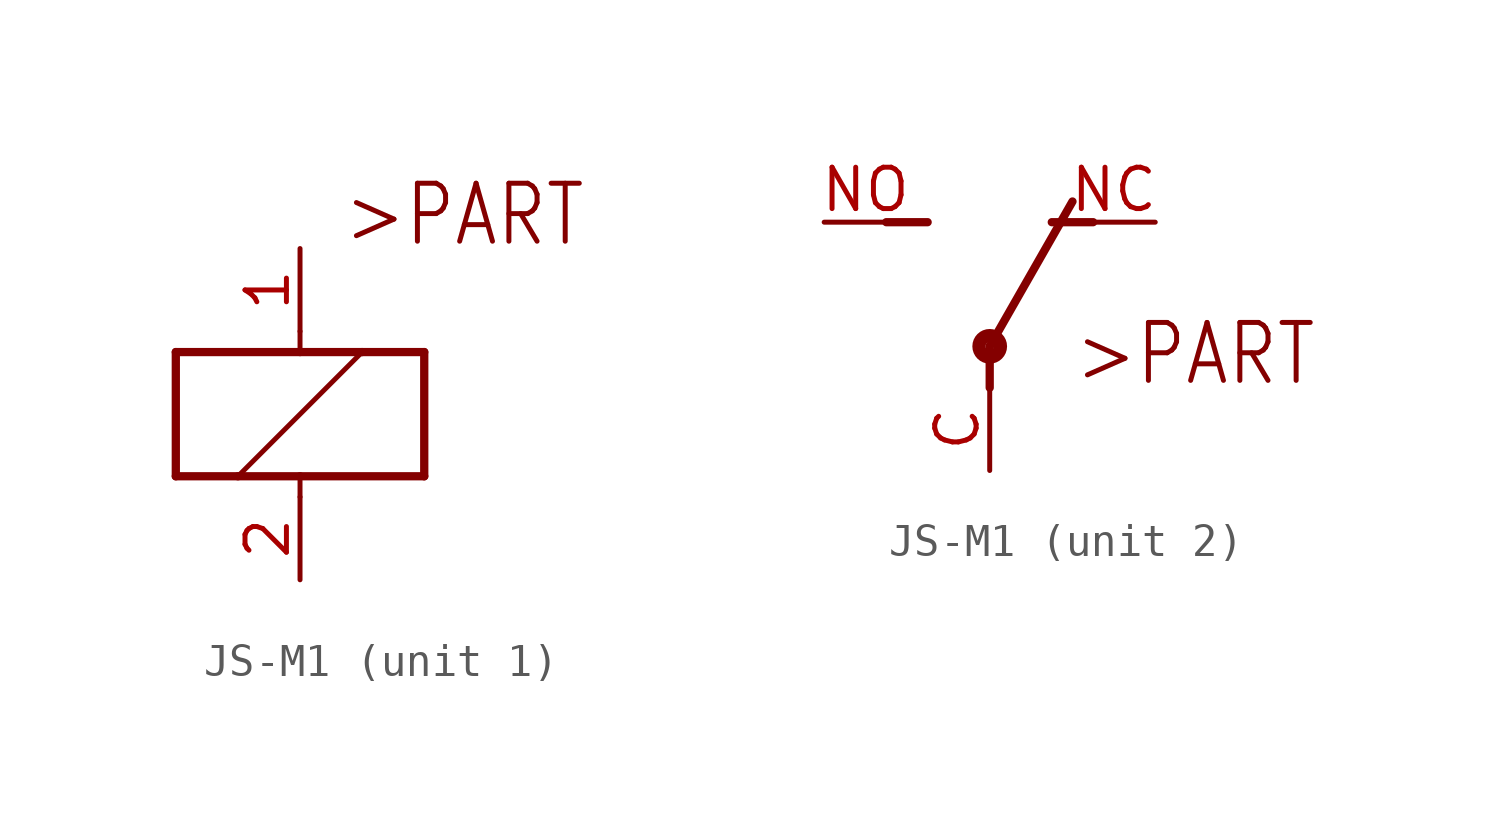
<source format=kicad_sym>
(kicad_symbol_lib
  (version 20220331)
  (generator kicad_symbol_editor)
  (symbol "JS-M1"
    (property "Reference" "K"
      (at 0 0 0)
      (effects (font (size 1.27 1.27)) hide))
    (property "ki_locked" ""
      (at 0 0 0)
      (effects (font (size 1.27 1.27))))
    (symbol "JS-M1_1_0"
      (polyline (pts (xy -3.81 -1.905) (xy -1.905 -1.905)) (stroke (width 0.254) (type solid)) (fill (type none)))
      (polyline (pts (xy -3.81 1.905) (xy -3.81 -1.905)) (stroke (width 0.254) (type solid)) (fill (type none)))
      (polyline (pts (xy -1.905 -1.905) (xy 0 -1.905)) (stroke (width 0.254) (type solid)) (fill (type none)))
      (polyline (pts (xy -1.905 -1.905) (xy 1.905 1.905)) (stroke (width 0.152) (type solid)) (fill (type none)))
      (polyline (pts (xy 0 -2.54) (xy 0 -1.905)) (stroke (width 0.152) (type solid)) (fill (type none)))
      (polyline (pts (xy 0 -1.905) (xy 3.81 -1.905)) (stroke (width 0.254) (type solid)) (fill (type none)))
      (polyline (pts (xy 0 1.905) (xy -3.81 1.905)) (stroke (width 0.254) (type solid)) (fill (type none)))
      (polyline (pts (xy 0 2.54) (xy 0 1.905)) (stroke (width 0.152) (type solid)) (fill (type none)))
      (polyline (pts (xy 1.905 1.905) (xy 0 1.905)) (stroke (width 0.254) (type solid)) (fill (type none)))
      (polyline (pts (xy 3.81 -1.905) (xy 3.81 1.905)) (stroke (width 0.254) (type solid)) (fill (type none)))
      (polyline (pts (xy 3.81 1.905) (xy 1.905 1.905)) (stroke (width 0.254) (type solid)) (fill (type none)))
      (text ">PART" (at 1.27 5.08 0) (effects (font (size 1.778 1.511)) (justify left bottom)))
      (pin passive line (at 0 5.08 270) (length 2.54) (name "1" (effects (font (size 0 0)))) (number "1" (effects (font (size 1.27 1.27)))))
      (pin passive line (at 0 -5.08 90) (length 2.54) (name "2" (effects (font (size 0 0)))) (number "2" (effects (font (size 1.27 1.27))))))
    (symbol "JS-M1_2_0"
      (polyline (pts (xy -3.175 5.08) (xy -1.905 5.08)) (stroke (width 0.254) (type solid)) (fill (type none)))
      (polyline (pts (xy 0 1.27) (xy 0 0)) (stroke (width 0.254) (type solid)) (fill (type none)))
      (polyline (pts (xy 0 1.27) (xy 2.54 5.715)) (stroke (width 0.254) (type solid)) (fill (type none)))
      (polyline (pts (xy 3.175 5.08) (xy 1.905 5.08)) (stroke (width 0.254) (type solid)) (fill (type none)))
      (circle (center 0 1.27) (radius 0.127) (stroke (width 0.406) (type solid)) (fill (type none)))
      (text ">PART" (at 2.54 0 0) (effects (font (size 1.778 1.511)) (justify left bottom)))
      (pin passive line (at 0 -2.54 90) (length 2.54) (name "P" (effects (font (size 0 0)))) (number "C" (effects (font (size 1.27 1.27)))))
      (pin passive line (at 5.08 5.08 180) (length 2.54) (name "O" (effects (font (size 0 0)))) (number "NC" (effects (font (size 1.27 1.27)))))
      (pin passive line (at -5.08 5.08 0) (length 2.54) (name "S" (effects (font (size 0 0)))) (number "NO" (effects (font (size 1.27 1.27))))))))
</source>
